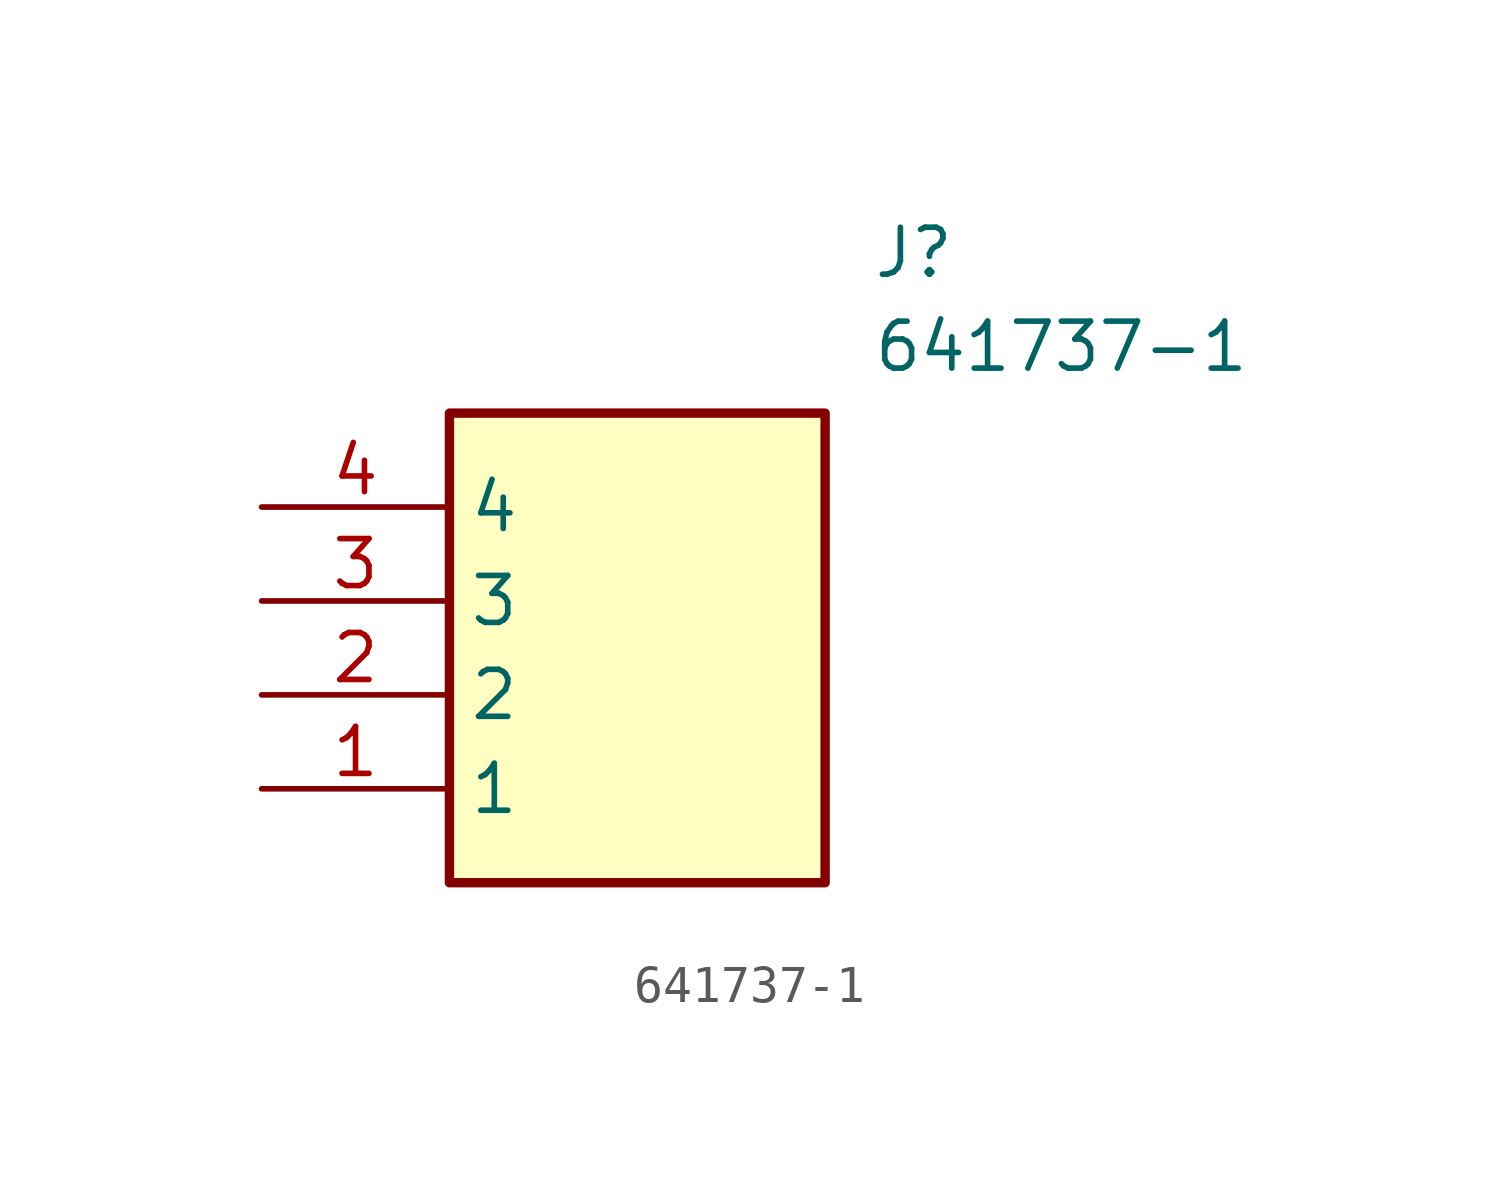
<source format=kicad_sym>
(kicad_symbol_lib
  (version 20211014)
  (generator SamacSys_ECAD_Model)
  (symbol "641737-1"
    (property "Reference" "J"
      (at 16.51 7.62 0)
      (effects (font (size 1.27 1.27)) (justify left top)))
    (property "Value" "641737-1"
      (at 16.51 5.08 0)
      (effects (font (size 1.27 1.27)) (justify left top)))
    (rectangle
      (start 5.08 2.54)
      (end 15.24 -10.16)
      (stroke (width 0.254) (type default))
      (fill (type background)))
    (pin passive line
      (at 0 -7.62 0)
      (length 5.08)
      (name "1" (effects (font (size 1.27 1.27))))
      (number "1" (effects (font (size 1.27 1.27)))))
    (pin passive line
      (at 0 -5.08 0)
      (length 5.08)
      (name "2" (effects (font (size 1.27 1.27))))
      (number "2" (effects (font (size 1.27 1.27)))))
    (pin passive line
      (at 0 -2.54 0)
      (length 5.08)
      (name "3" (effects (font (size 1.27 1.27))))
      (number "3" (effects (font (size 1.27 1.27)))))
    (pin passive line
      (at 0 0 0)
      (length 5.08)
      (name "4" (effects (font (size 1.27 1.27))))
      (number "4" (effects (font (size 1.27 1.27)))))))
</source>
